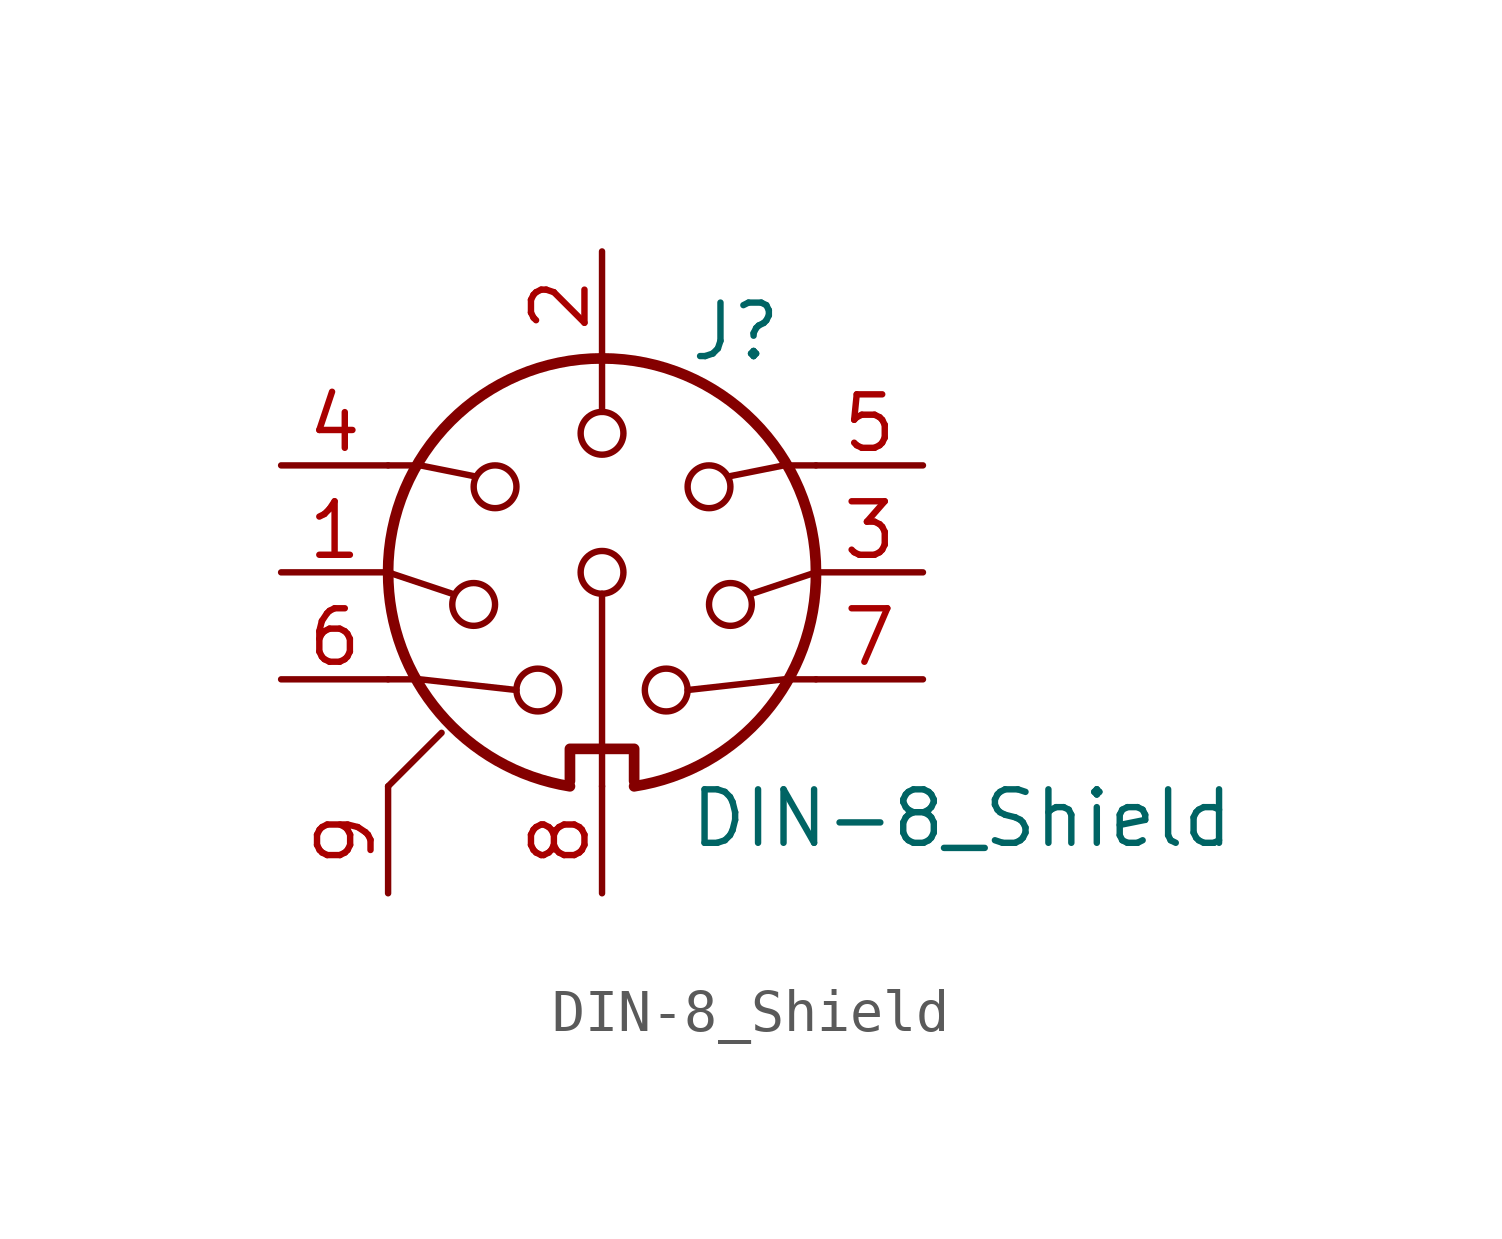
<source format=kicad_sym>
(kicad_symbol_lib
  (version 20231120)
  (generator "kicad_symbol_editor")
  (generator_version "8.0")
  (symbol "DIN-8_Shield"
    (pin_names
      (offset 1.016))
    (property "Reference" "J"
      (at 3.175 5.715 0)
      (effects (font (size 1.27 1.27))))
    (property "Value" "DIN-8_Shield"
      (at 2.032 -5.842 0)
      (effects (font (size 1.27 1.27)) (justify left)))
    (symbol "DIN-8_Shield_0_1"
      (arc (start -5.08 0) (mid -3.8609 -3.3364) (end -0.762 -5.08) (stroke (width 0.254) (type default)) (fill (type none)))
      (circle (center -3.048 -0.762) (radius 0.508) (stroke (width 0) (type default)) (fill (type none)))
      (circle (center -2.54 2.032) (radius 0.508) (stroke (width 0) (type default)) (fill (type none)))
      (circle (center -1.524 -2.794) (radius 0.508) (stroke (width 0) (type default)) (fill (type none)))
      (polyline (pts (xy -5.08 -5.08) (xy -3.81 -3.81)) (stroke (width 0) (type default)) (fill (type none)))
      (polyline (pts (xy -5.08 0) (xy -3.556 -0.508)) (stroke (width 0) (type default)) (fill (type none)))
      (polyline (pts (xy 0 -0.508) (xy 0 -5.08)) (stroke (width 0) (type default)) (fill (type none)))
      (polyline (pts (xy 0 5.08) (xy 0 3.81)) (stroke (width 0) (type default)) (fill (type none)))
      (polyline (pts (xy 5.08 0) (xy 3.556 -0.508)) (stroke (width 0) (type default)) (fill (type none)))
      (polyline (pts (xy -5.08 -2.54) (xy -4.318 -2.54) (xy -2.032 -2.794)) (stroke (width 0) (type default)) (fill (type none)))
      (polyline (pts (xy -5.08 2.54) (xy -4.318 2.54) (xy -3.048 2.286)) (stroke (width 0) (type default)) (fill (type none)))
      (polyline (pts (xy 5.08 -2.54) (xy 4.318 -2.54) (xy 2.032 -2.794)) (stroke (width 0) (type default)) (fill (type none)))
      (polyline (pts (xy 5.08 2.54) (xy 4.318 2.54) (xy 3.048 2.286)) (stroke (width 0) (type default)) (fill (type none)))
      (polyline (pts (xy -0.762 -4.953) (xy -0.762 -4.191) (xy 0.762 -4.191) (xy 0.762 -4.953)) (stroke (width 0.254) (type default)) (fill (type none)))
      (circle (center 0 0) (radius 0.508) (stroke (width 0) (type default)) (fill (type none)))
      (circle (center 0 3.302) (radius 0.508) (stroke (width 0) (type default)) (fill (type none)))
      (arc (start 0.762 -5.08) (mid 3.8685 -3.343) (end 5.08 0) (stroke (width 0.254) (type default)) (fill (type none)))
      (circle (center 1.524 -2.794) (radius 0.508) (stroke (width 0) (type default)) (fill (type none)))
      (circle (center 2.54 2.032) (radius 0.508) (stroke (width 0) (type default)) (fill (type none)))
      (circle (center 3.048 -0.762) (radius 0.508) (stroke (width 0) (type default)) (fill (type none)))
      (arc (start 5.08 0) (mid 0 5.0579) (end -5.08 0) (stroke (width 0.254) (type default)) (fill (type none))))
    (symbol "DIN-8_Shield_1_1"
      (pin passive line (at -7.62 0 0) (length 2.54) (name "~" (effects (font (size 1.27 1.27)))) (number "1" (effects (font (size 1.27 1.27)))))
      (pin passive line (at 0 7.62 270) (length 2.54) (name "~" (effects (font (size 1.27 1.27)))) (number "2" (effects (font (size 1.27 1.27)))))
      (pin passive line (at 7.62 0 180) (length 2.54) (name "~" (effects (font (size 1.27 1.27)))) (number "3" (effects (font (size 1.27 1.27)))))
      (pin passive line (at -7.62 2.54 0) (length 2.54) (name "~" (effects (font (size 1.27 1.27)))) (number "4" (effects (font (size 1.27 1.27)))))
      (pin passive line (at 7.62 2.54 180) (length 2.54) (name "~" (effects (font (size 1.27 1.27)))) (number "5" (effects (font (size 1.27 1.27)))))
      (pin passive line (at -7.62 -2.54 0) (length 2.54) (name "~" (effects (font (size 1.27 1.27)))) (number "6" (effects (font (size 1.27 1.27)))))
      (pin passive line (at 7.62 -2.54 180) (length 2.54) (name "~" (effects (font (size 1.27 1.27)))) (number "7" (effects (font (size 1.27 1.27)))))
      (pin passive line (at 0 -7.62 90) (length 2.54) (name "~" (effects (font (size 1.27 1.27)))) (number "8" (effects (font (size 1.27 1.27)))))
      (pin passive line (at -5.08 -7.62 90) (length 2.54) (name "~" (effects (font (size 1.27 1.27)))) (number "9" (effects (font (size 1.27 1.27))))))))
</source>
